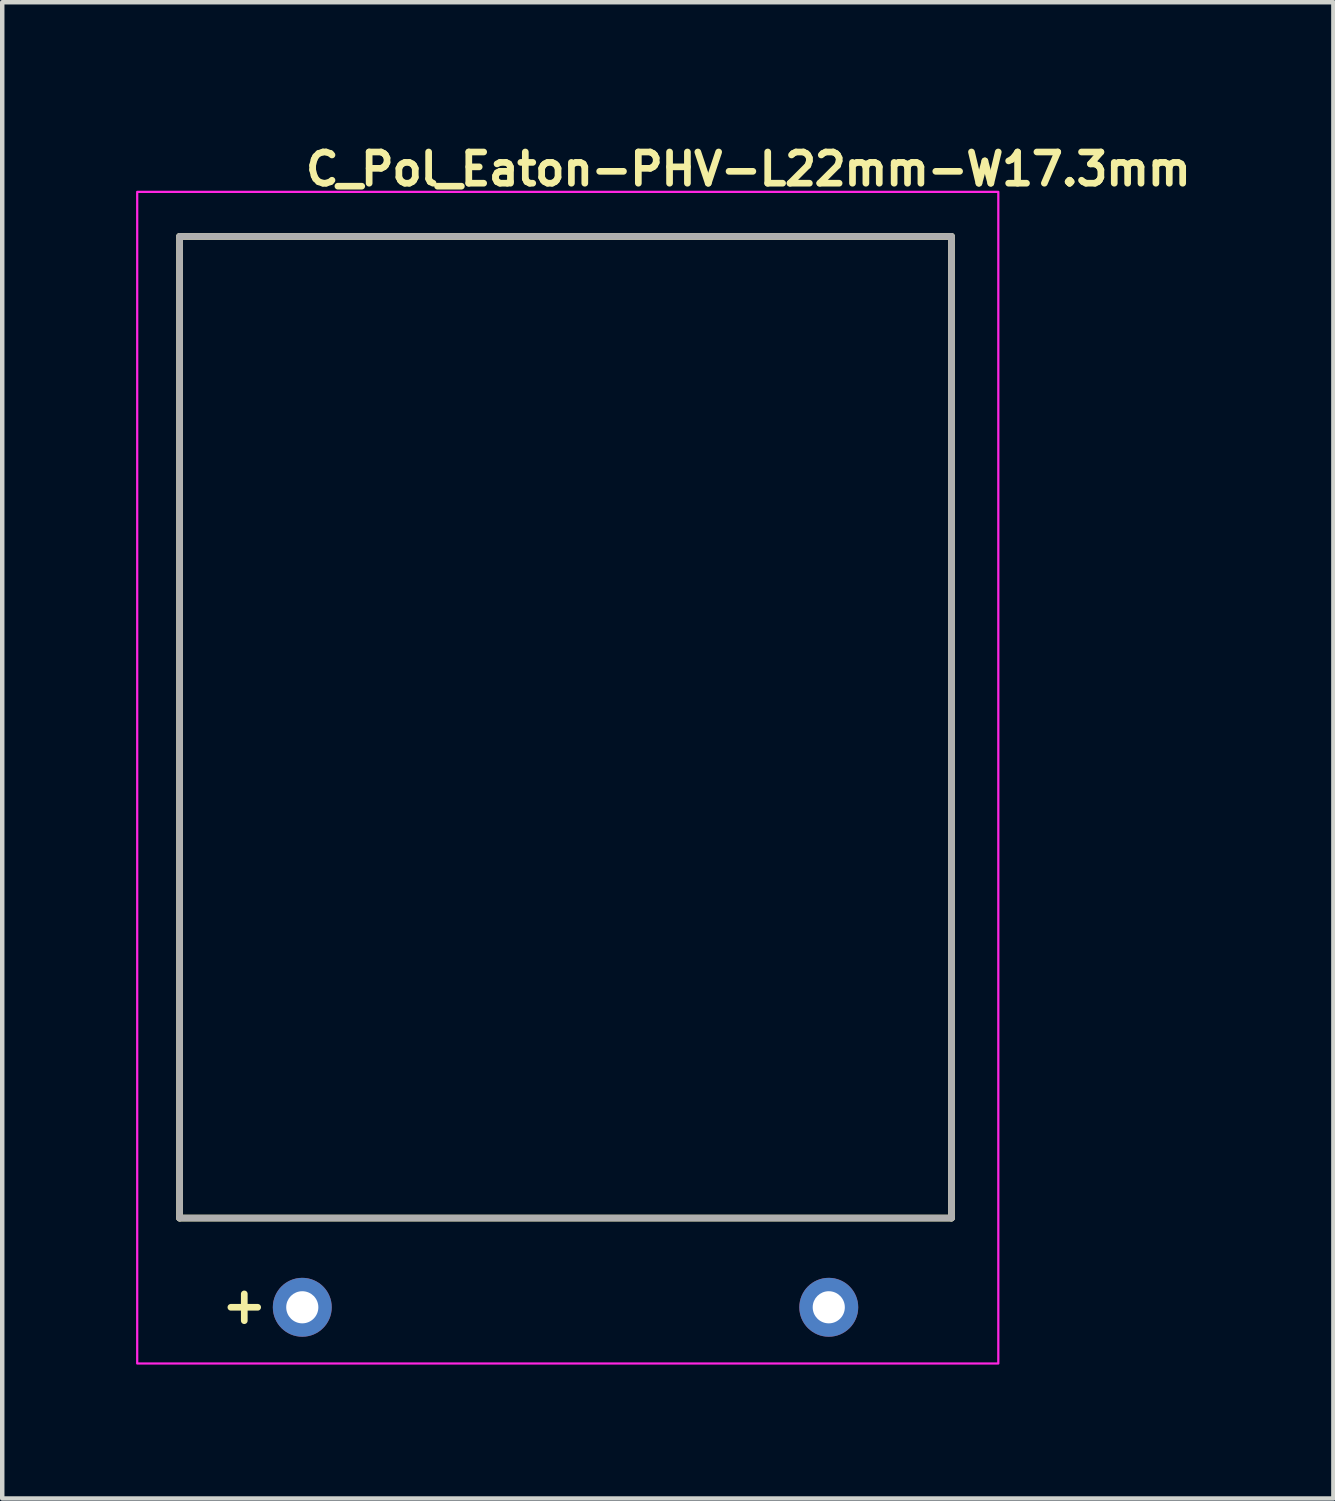
<source format=kicad_pcb>
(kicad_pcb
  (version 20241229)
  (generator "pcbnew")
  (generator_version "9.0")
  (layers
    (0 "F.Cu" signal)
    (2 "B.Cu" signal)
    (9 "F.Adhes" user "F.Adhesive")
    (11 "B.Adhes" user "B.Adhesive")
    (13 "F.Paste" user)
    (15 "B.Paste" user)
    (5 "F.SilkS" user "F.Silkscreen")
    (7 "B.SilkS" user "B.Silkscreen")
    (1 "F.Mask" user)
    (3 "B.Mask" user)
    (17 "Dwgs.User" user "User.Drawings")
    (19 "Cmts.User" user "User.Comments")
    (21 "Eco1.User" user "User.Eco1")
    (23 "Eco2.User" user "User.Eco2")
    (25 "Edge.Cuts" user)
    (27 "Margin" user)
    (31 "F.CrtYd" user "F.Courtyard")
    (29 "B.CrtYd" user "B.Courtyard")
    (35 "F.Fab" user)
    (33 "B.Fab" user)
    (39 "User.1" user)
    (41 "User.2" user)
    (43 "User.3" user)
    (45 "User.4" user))
  (footprint "C_Pol_Eaton-PHV-L22mm-W17.3mm"
    (layer "F.Cu")
    (at 3.725 26.25)
    (property "Reference" "C_Pol_Eaton-PHV-L22mm-W17.3mm" (at 0 -25.1 0) (layer "F.SilkS") (effects (font (size 0.7 0.7) (thickness 0.15)) (justify left bottom)))
    (attr through_hole)
    (fp_line (start -2.75 -24) (end -2.75 -2) (stroke (width 0.15) (type solid)) (layer "F.SilkS"))
    (fp_line (start -2.75 -2) (end 14.55 -2) (stroke (width 0.15) (type solid)) (layer "F.SilkS"))
    (fp_line (start -1.3 -0.3) (end -1.3 0.3) (stroke (width 0.15) (type solid)) (layer "F.SilkS"))
    (fp_line (start -1 0) (end -1.6 0) (stroke (width 0.15) (type solid)) (layer "F.SilkS"))
    (fp_line (start 14.55 -24) (end -2.75 -24) (stroke (width 0.15) (type solid)) (layer "F.SilkS"))
    (fp_line (start 14.55 -2) (end 14.55 -24) (stroke (width 0.15) (type solid)) (layer "F.SilkS"))
    (fp_rect (start -3.7 -25) (end 15.6 1.26) (stroke (width 0.05) (type solid)) (fill no) (layer "F.CrtYd"))
    (fp_line (start -2.75 -24) (end -2.75 -2) (stroke (width 0.15) (type solid)) (layer "F.Fab"))
    (fp_line (start -2.75 -2) (end 14.55 -2) (stroke (width 0.15) (type solid)) (layer "F.Fab"))
    (fp_line (start 14.55 -24) (end -2.75 -24) (stroke (width 0.15) (type solid)) (layer "F.Fab"))
    (fp_line (start 14.55 -2) (end 14.55 -24) (stroke (width 0.15) (type solid)) (layer "F.Fab"))
    (fp_rect (start -2.7 -24) (end 14.6 0.26) (stroke (width 0.1) (type solid)) (fill no) (layer "User.5"))
    (fp_line (start -2.7 -24) (end 14.6 -24) (stroke (width 0.02) (type solid)) (layer "User.9"))
    (fp_line (start -2.7 -2) (end -2.7 -24) (stroke (width 0.02) (type solid)) (layer "User.9"))
    (fp_line (start -2.7 -2) (end 14.6 -2) (stroke (width 0.02) (type solid)) (layer "User.9"))
    (fp_line (start -0.26 0) (end -0.26 0) (stroke (width 0.02) (type solid)) (layer "User.9"))
    (fp_line (start -0.26 0) (end -0.26 0) (stroke (width 0.02) (type solid)) (layer "User.9"))
    (fp_line (start -0.26 0) (end -0.259 0.013) (stroke (width 0.02) (type solid)) (layer "User.9"))
    (fp_line (start -0.26 0) (end -0.259 0.013) (stroke (width 0.02) (type solid)) (layer "User.9"))
    (fp_line (start -0.259 -0.013) (end -0.26 0) (stroke (width 0.02) (type solid)) (layer "User.9"))
    (fp_line (start -0.259 -0.013) (end -0.26 0) (stroke (width 0.02) (type solid)) (layer "User.9"))
    (fp_line (start -0.259 0.013) (end -0.258 0.026) (stroke (width 0.02) (type solid)) (layer "User.9"))
    (fp_line (start -0.259 0.013) (end -0.258 0.026) (stroke (width 0.02) (type solid)) (layer "User.9"))
    (fp_line (start -0.258 -0.026) (end -0.259 -0.013) (stroke (width 0.02) (type solid)) (layer "User.9"))
    (fp_line (start -0.258 -0.026) (end -0.259 -0.013) (stroke (width 0.02) (type solid)) (layer "User.9"))
    (fp_line (start -0.258 0.026) (end -0.257 0.039) (stroke (width 0.02) (type solid)) (layer "User.9"))
    (fp_line (start -0.258 0.026) (end -0.257 0.039) (stroke (width 0.02) (type solid)) (layer "User.9"))
    (fp_line (start -0.257 -0.039) (end -0.258 -0.026) (stroke (width 0.02) (type solid)) (layer "User.9"))
    (fp_line (start -0.257 -0.039) (end -0.258 -0.026) (stroke (width 0.02) (type solid)) (layer "User.9"))
    (fp_line (start -0.257 0.039) (end -0.254 0.052) (stroke (width 0.02) (type solid)) (layer "User.9"))
    (fp_line (start -0.257 0.039) (end -0.254 0.052) (stroke (width 0.02) (type solid)) (layer "User.9"))
    (fp_line (start -0.254 -0.052) (end -0.257 -0.039) (stroke (width 0.02) (type solid)) (layer "User.9"))
    (fp_line (start -0.254 -0.052) (end -0.257 -0.039) (stroke (width 0.02) (type solid)) (layer "User.9"))
    (fp_line (start -0.254 0.052) (end -0.251 0.064) (stroke (width 0.02) (type solid)) (layer "User.9"))
    (fp_line (start -0.254 0.052) (end -0.251 0.064) (stroke (width 0.02) (type solid)) (layer "User.9"))
    (fp_line (start -0.251 -0.064) (end -0.254 -0.052) (stroke (width 0.02) (type solid)) (layer "User.9"))
    (fp_line (start -0.251 -0.064) (end -0.254 -0.052) (stroke (width 0.02) (type solid)) (layer "User.9"))
    (fp_line (start -0.251 0.064) (end -0.248 0.077) (stroke (width 0.02) (type solid)) (layer "User.9"))
    (fp_line (start -0.251 0.064) (end -0.248 0.077) (stroke (width 0.02) (type solid)) (layer "User.9"))
    (fp_line (start -0.248 -0.077) (end -0.251 -0.064) (stroke (width 0.02) (type solid)) (layer "User.9"))
    (fp_line (start -0.248 -0.077) (end -0.251 -0.064) (stroke (width 0.02) (type solid)) (layer "User.9"))
    (fp_line (start -0.248 0.077) (end -0.244 0.089) (stroke (width 0.02) (type solid)) (layer "User.9"))
    (fp_line (start -0.248 0.077) (end -0.244 0.089) (stroke (width 0.02) (type solid)) (layer "User.9"))
    (fp_line (start -0.244 -0.089) (end -0.248 -0.077) (stroke (width 0.02) (type solid)) (layer "User.9"))
    (fp_line (start -0.244 -0.089) (end -0.248 -0.077) (stroke (width 0.02) (type solid)) (layer "User.9"))
    (fp_line (start -0.244 0.089) (end -0.238 0.101) (stroke (width 0.02) (type solid)) (layer "User.9"))
    (fp_line (start -0.244 0.089) (end -0.238 0.101) (stroke (width 0.02) (type solid)) (layer "User.9"))
    (fp_line (start -0.238 -0.101) (end -0.244 -0.089) (stroke (width 0.02) (type solid)) (layer "User.9"))
    (fp_line (start -0.238 -0.101) (end -0.244 -0.089) (stroke (width 0.02) (type solid)) (layer "User.9"))
    (fp_line (start -0.238 0.101) (end -0.234 0.112) (stroke (width 0.02) (type solid)) (layer "User.9"))
    (fp_line (start -0.238 0.101) (end -0.234 0.112) (stroke (width 0.02) (type solid)) (layer "User.9"))
    (fp_line (start -0.234 -0.112) (end -0.238 -0.101) (stroke (width 0.02) (type solid)) (layer "User.9"))
    (fp_line (start -0.234 -0.112) (end -0.238 -0.101) (stroke (width 0.02) (type solid)) (layer "User.9"))
    (fp_line (start -0.234 0.112) (end -0.228 0.123) (stroke (width 0.02) (type solid)) (layer "User.9"))
    (fp_line (start -0.234 0.112) (end -0.228 0.123) (stroke (width 0.02) (type solid)) (layer "User.9"))
    (fp_line (start -0.228 -0.123) (end -0.234 -0.112) (stroke (width 0.02) (type solid)) (layer "User.9"))
    (fp_line (start -0.228 -0.123) (end -0.234 -0.112) (stroke (width 0.02) (type solid)) (layer "User.9"))
    (fp_line (start -0.228 0.123) (end -0.222 0.134) (stroke (width 0.02) (type solid)) (layer "User.9"))
    (fp_line (start -0.228 0.123) (end -0.222 0.134) (stroke (width 0.02) (type solid)) (layer "User.9"))
    (fp_line (start -0.222 -0.134) (end -0.228 -0.123) (stroke (width 0.02) (type solid)) (layer "User.9"))
    (fp_line (start -0.222 -0.134) (end -0.228 -0.123) (stroke (width 0.02) (type solid)) (layer "User.9"))
    (fp_line (start -0.222 0.134) (end -0.215 0.145) (stroke (width 0.02) (type solid)) (layer "User.9"))
    (fp_line (start -0.222 0.134) (end -0.215 0.145) (stroke (width 0.02) (type solid)) (layer "User.9"))
    (fp_line (start -0.215 -0.145) (end -0.222 -0.134) (stroke (width 0.02) (type solid)) (layer "User.9"))
    (fp_line (start -0.215 -0.145) (end -0.222 -0.134) (stroke (width 0.02) (type solid)) (layer "User.9"))
    (fp_line (start -0.215 0.145) (end -0.208 0.155) (stroke (width 0.02) (type solid)) (layer "User.9"))
    (fp_line (start -0.215 0.145) (end -0.208 0.155) (stroke (width 0.02) (type solid)) (layer "User.9"))
    (fp_line (start -0.208 -0.155) (end -0.215 -0.145) (stroke (width 0.02) (type solid)) (layer "User.9"))
    (fp_line (start -0.208 -0.155) (end -0.215 -0.145) (stroke (width 0.02) (type solid)) (layer "User.9"))
    (fp_line (start -0.208 0.155) (end -0.2 0.165) (stroke (width 0.02) (type solid)) (layer "User.9"))
    (fp_line (start -0.208 0.155) (end -0.2 0.165) (stroke (width 0.02) (type solid)) (layer "User.9"))
    (fp_line (start -0.2 -0.165) (end -0.208 -0.155) (stroke (width 0.02) (type solid)) (layer "User.9"))
    (fp_line (start -0.2 -0.165) (end -0.208 -0.155) (stroke (width 0.02) (type solid)) (layer "User.9"))
    (fp_line (start -0.2 0.165) (end -0.192 0.173) (stroke (width 0.02) (type solid)) (layer "User.9"))
    (fp_line (start -0.2 0.165) (end -0.192 0.173) (stroke (width 0.02) (type solid)) (layer "User.9"))
    (fp_line (start -0.192 -0.173) (end -0.2 -0.165) (stroke (width 0.02) (type solid)) (layer "User.9"))
    (fp_line (start -0.192 -0.173) (end -0.2 -0.165) (stroke (width 0.02) (type solid)) (layer "User.9"))
    (fp_line (start -0.192 0.173) (end -0.183 0.183) (stroke (width 0.02) (type solid)) (layer "User.9"))
    (fp_line (start -0.192 0.173) (end -0.183 0.183) (stroke (width 0.02) (type solid)) (layer "User.9"))
    (fp_line (start -0.183 -0.183) (end -0.192 -0.173) (stroke (width 0.02) (type solid)) (layer "User.9"))
    (fp_line (start -0.183 -0.183) (end -0.192 -0.173) (stroke (width 0.02) (type solid)) (layer "User.9"))
    (fp_line (start -0.183 0.183) (end -0.173 0.192) (stroke (width 0.02) (type solid)) (layer "User.9"))
    (fp_line (start -0.183 0.183) (end -0.173 0.192) (stroke (width 0.02) (type solid)) (layer "User.9"))
    (fp_line (start -0.173 -0.192) (end -0.183 -0.183) (stroke (width 0.02) (type solid)) (layer "User.9"))
    (fp_line (start -0.173 -0.192) (end -0.183 -0.183) (stroke (width 0.02) (type solid)) (layer "User.9"))
    (fp_line (start -0.173 0.192) (end -0.165 0.2) (stroke (width 0.02) (type solid)) (layer "User.9"))
    (fp_line (start -0.173 0.192) (end -0.165 0.2) (stroke (width 0.02) (type solid)) (layer "User.9"))
    (fp_line (start -0.165 -0.2) (end -0.173 -0.192) (stroke (width 0.02) (type solid)) (layer "User.9"))
    (fp_line (start -0.165 -0.2) (end -0.173 -0.192) (stroke (width 0.02) (type solid)) (layer "User.9"))
    (fp_line (start -0.165 0.2) (end -0.155 0.208) (stroke (width 0.02) (type solid)) (layer "User.9"))
    (fp_line (start -0.165 0.2) (end -0.155 0.208) (stroke (width 0.02) (type solid)) (layer "User.9"))
    (fp_line (start -0.155 -0.208) (end -0.165 -0.2) (stroke (width 0.02) (type solid)) (layer "User.9"))
    (fp_line (start -0.155 -0.208) (end -0.165 -0.2) (stroke (width 0.02) (type solid)) (layer "User.9"))
    (fp_line (start -0.155 0.208) (end -0.145 0.215) (stroke (width 0.02) (type solid)) (layer "User.9"))
    (fp_line (start -0.155 0.208) (end -0.145 0.215) (stroke (width 0.02) (type solid)) (layer "User.9"))
    (fp_line (start -0.145 -0.215) (end -0.155 -0.208) (stroke (width 0.02) (type solid)) (layer "User.9"))
    (fp_line (start -0.145 -0.215) (end -0.155 -0.208) (stroke (width 0.02) (type solid)) (layer "User.9"))
    (fp_line (start -0.145 0.215) (end -0.134 0.222) (stroke (width 0.02) (type solid)) (layer "User.9"))
    (fp_line (start -0.145 0.215) (end -0.134 0.222) (stroke (width 0.02) (type solid)) (layer "User.9"))
    (fp_line (start -0.134 -0.222) (end -0.145 -0.215) (stroke (width 0.02) (type solid)) (layer "User.9"))
    (fp_line (start -0.134 -0.222) (end -0.145 -0.215) (stroke (width 0.02) (type solid)) (layer "User.9"))
    (fp_line (start -0.134 0.222) (end -0.123 0.228) (stroke (width 0.02) (type solid)) (layer "User.9"))
    (fp_line (start -0.134 0.222) (end -0.123 0.228) (stroke (width 0.02) (type solid)) (layer "User.9"))
    (fp_line (start -0.123 -0.228) (end -0.134 -0.222) (stroke (width 0.02) (type solid)) (layer "User.9"))
    (fp_line (start -0.123 -0.228) (end -0.134 -0.222) (stroke (width 0.02) (type solid)) (layer "User.9"))
    (fp_line (start -0.123 0.228) (end -0.112 0.234) (stroke (width 0.02) (type solid)) (layer "User.9"))
    (fp_line (start -0.123 0.228) (end -0.112 0.234) (stroke (width 0.02) (type solid)) (layer "User.9"))
    (fp_line (start -0.112 -0.234) (end -0.123 -0.228) (stroke (width 0.02) (type solid)) (layer "User.9"))
    (fp_line (start -0.112 -0.234) (end -0.123 -0.228) (stroke (width 0.02) (type solid)) (layer "User.9"))
    (fp_line (start -0.112 0.234) (end -0.101 0.238) (stroke (width 0.02) (type solid)) (layer "User.9"))
    (fp_line (start -0.112 0.234) (end -0.101 0.238) (stroke (width 0.02) (type solid)) (layer "User.9"))
    (fp_line (start -0.101 -0.238) (end -0.112 -0.234) (stroke (width 0.02) (type solid)) (layer "User.9"))
    (fp_line (start -0.101 -0.238) (end -0.112 -0.234) (stroke (width 0.02) (type solid)) (layer "User.9"))
    (fp_line (start -0.101 0.238) (end -0.089 0.244) (stroke (width 0.02) (type solid)) (layer "User.9"))
    (fp_line (start -0.101 0.238) (end -0.089 0.244) (stroke (width 0.02) (type solid)) (layer "User.9"))
    (fp_line (start -0.089 -0.244) (end -0.101 -0.238) (stroke (width 0.02) (type solid)) (layer "User.9"))
    (fp_line (start -0.089 -0.244) (end -0.101 -0.238) (stroke (width 0.02) (type solid)) (layer "User.9"))
    (fp_line (start -0.089 0.244) (end -0.077 0.248) (stroke (width 0.02) (type solid)) (layer "User.9"))
    (fp_line (start -0.089 0.244) (end -0.077 0.248) (stroke (width 0.02) (type solid)) (layer "User.9"))
    (fp_line (start -0.077 -0.248) (end -0.089 -0.244) (stroke (width 0.02) (type solid)) (layer "User.9"))
    (fp_line (start -0.077 -0.248) (end -0.089 -0.244) (stroke (width 0.02) (type solid)) (layer "User.9"))
    (fp_line (start -0.077 0.248) (end -0.064 0.251) (stroke (width 0.02) (type solid)) (layer "User.9"))
    (fp_line (start -0.077 0.248) (end -0.064 0.251) (stroke (width 0.02) (type solid)) (layer "User.9"))
    (fp_line (start -0.064 -0.251) (end -0.077 -0.248) (stroke (width 0.02) (type solid)) (layer "User.9"))
    (fp_line (start -0.064 -0.251) (end -0.077 -0.248) (stroke (width 0.02) (type solid)) (layer "User.9"))
    (fp_line (start -0.064 0.251) (end -0.052 0.254) (stroke (width 0.02) (type solid)) (layer "User.9"))
    (fp_line (start -0.064 0.251) (end -0.052 0.254) (stroke (width 0.02) (type solid)) (layer "User.9"))
    (fp_line (start -0.052 -0.254) (end -0.064 -0.251) (stroke (width 0.02) (type solid)) (layer "User.9"))
    (fp_line (start -0.052 -0.254) (end -0.064 -0.251) (stroke (width 0.02) (type solid)) (layer "User.9"))
    (fp_line (start -0.052 0.254) (end -0.039 0.257) (stroke (width 0.02) (type solid)) (layer "User.9"))
    (fp_line (start -0.052 0.254) (end -0.039 0.257) (stroke (width 0.02) (type solid)) (layer "User.9"))
    (fp_line (start -0.039 -0.257) (end -0.052 -0.254) (stroke (width 0.02) (type solid)) (layer "User.9"))
    (fp_line (start -0.039 -0.257) (end -0.052 -0.254) (stroke (width 0.02) (type solid)) (layer "User.9"))
    (fp_line (start -0.039 0.257) (end -0.026 0.258) (stroke (width 0.02) (type solid)) (layer "User.9"))
    (fp_line (start -0.039 0.257) (end -0.026 0.258) (stroke (width 0.02) (type solid)) (layer "User.9"))
    (fp_line (start -0.026 -0.258) (end -0.039 -0.257) (stroke (width 0.02) (type solid)) (layer "User.9"))
    (fp_line (start -0.026 -0.258) (end -0.039 -0.257) (stroke (width 0.02) (type solid)) (layer "User.9"))
    (fp_line (start -0.026 0.258) (end -0.013 0.259) (stroke (width 0.02) (type solid)) (layer "User.9"))
    (fp_line (start -0.026 0.258) (end -0.013 0.259) (stroke (width 0.02) (type solid)) (layer "User.9"))
    (fp_line (start -0.013 -0.259) (end -0.026 -0.258) (stroke (width 0.02) (type solid)) (layer "User.9"))
    (fp_line (start -0.013 -0.259) (end -0.026 -0.258) (stroke (width 0.02) (type solid)) (layer "User.9"))
    (fp_line (start -0.013 0.259) (end 0 0.26) (stroke (width 0.02) (type solid)) (layer "User.9"))
    (fp_line (start -0.013 0.259) (end 0 0.26) (stroke (width 0.02) (type solid)) (layer "User.9"))
    (fp_line (start 0 -0.26) (end -0.013 -0.259) (stroke (width 0.02) (type solid)) (layer "User.9"))
    (fp_line (start 0 -0.26) (end -0.013 -0.259) (stroke (width 0.02) (type solid)) (layer "User.9"))
    (fp_line (start 0 -0.26) (end 0 -0.26) (stroke (width 0.02) (type solid)) (layer "User.9"))
    (fp_line (start 0 -0.26) (end 0 -0.26) (stroke (width 0.02) (type solid)) (layer "User.9"))
    (fp_line (start 0 0.26) (end 0 0.26) (stroke (width 0.02) (type solid)) (layer "User.9"))
    (fp_line (start 0 0.26) (end 0 0.26) (stroke (width 0.02) (type solid)) (layer "User.9"))
    (fp_line (start 0 0.26) (end 0.013 0.259) (stroke (width 0.02) (type solid)) (layer "User.9"))
    (fp_line (start 0 0.26) (end 0.013 0.259) (stroke (width 0.02) (type solid)) (layer "User.9"))
    (fp_line (start 0.013 -0.259) (end 0 -0.26) (stroke (width 0.02) (type solid)) (layer "User.9"))
    (fp_line (start 0.013 -0.259) (end 0 -0.26) (stroke (width 0.02) (type solid)) (layer "User.9"))
    (fp_line (start 0.013 0.259) (end 0.026 0.258) (stroke (width 0.02) (type solid)) (layer "User.9"))
    (fp_line (start 0.013 0.259) (end 0.026 0.258) (stroke (width 0.02) (type solid)) (layer "User.9"))
    (fp_line (start 0.026 -0.258) (end 0.013 -0.259) (stroke (width 0.02) (type solid)) (layer "User.9"))
    (fp_line (start 0.026 -0.258) (end 0.013 -0.259) (stroke (width 0.02) (type solid)) (layer "User.9"))
    (fp_line (start 0.026 0.258) (end 0.039 0.257) (stroke (width 0.02) (type solid)) (layer "User.9"))
    (fp_line (start 0.026 0.258) (end 0.039 0.257) (stroke (width 0.02) (type solid)) (layer "User.9"))
    (fp_line (start 0.039 -0.257) (end 0.026 -0.258) (stroke (width 0.02) (type solid)) (layer "User.9"))
    (fp_line (start 0.039 -0.257) (end 0.026 -0.258) (stroke (width 0.02) (type solid)) (layer "User.9"))
    (fp_line (start 0.039 0.257) (end 0.052 0.254) (stroke (width 0.02) (type solid)) (layer "User.9"))
    (fp_line (start 0.039 0.257) (end 0.052 0.254) (stroke (width 0.02) (type solid)) (layer "User.9"))
    (fp_line (start 0.052 -0.254) (end 0.039 -0.257) (stroke (width 0.02) (type solid)) (layer "User.9"))
    (fp_line (start 0.052 -0.254) (end 0.039 -0.257) (stroke (width 0.02) (type solid)) (layer "User.9"))
    (fp_line (start 0.052 0.254) (end 0.064 0.251) (stroke (width 0.02) (type solid)) (layer "User.9"))
    (fp_line (start 0.052 0.254) (end 0.064 0.251) (stroke (width 0.02) (type solid)) (layer "User.9"))
    (fp_line (start 0.064 -0.251) (end 0.052 -0.254) (stroke (width 0.02) (type solid)) (layer "User.9"))
    (fp_line (start 0.064 -0.251) (end 0.052 -0.254) (stroke (width 0.02) (type solid)) (layer "User.9"))
    (fp_line (start 0.064 0.251) (end 0.077 0.248) (stroke (width 0.02) (type solid)) (layer "User.9"))
    (fp_line (start 0.064 0.251) (end 0.077 0.248) (stroke (width 0.02) (type solid)) (layer "User.9"))
    (fp_line (start 0.077 -0.248) (end 0.064 -0.251) (stroke (width 0.02) (type solid)) (layer "User.9"))
    (fp_line (start 0.077 -0.248) (end 0.064 -0.251) (stroke (width 0.02) (type solid)) (layer "User.9"))
    (fp_line (start 0.077 0.248) (end 0.089 0.244) (stroke (width 0.02) (type solid)) (layer "User.9"))
    (fp_line (start 0.077 0.248) (end 0.089 0.244) (stroke (width 0.02) (type solid)) (layer "User.9"))
    (fp_line (start 0.089 -0.244) (end 0.077 -0.248) (stroke (width 0.02) (type solid)) (layer "User.9"))
    (fp_line (start 0.089 -0.244) (end 0.077 -0.248) (stroke (width 0.02) (type solid)) (layer "User.9"))
    (fp_line (start 0.089 0.244) (end 0.101 0.238) (stroke (width 0.02) (type solid)) (layer "User.9"))
    (fp_line (start 0.089 0.244) (end 0.101 0.238) (stroke (width 0.02) (type solid)) (layer "User.9"))
    (fp_line (start 0.101 -0.238) (end 0.089 -0.244) (stroke (width 0.02) (type solid)) (layer "User.9"))
    (fp_line (start 0.101 -0.238) (end 0.089 -0.244) (stroke (width 0.02) (type solid)) (layer "User.9"))
    (fp_line (start 0.101 0.238) (end 0.112 0.234) (stroke (width 0.02) (type solid)) (layer "User.9"))
    (fp_line (start 0.101 0.238) (end 0.112 0.234) (stroke (width 0.02) (type solid)) (layer "User.9"))
    (fp_line (start 0.112 -0.234) (end 0.101 -0.238) (stroke (width 0.02) (type solid)) (layer "User.9"))
    (fp_line (start 0.112 -0.234) (end 0.101 -0.238) (stroke (width 0.02) (type solid)) (layer "User.9"))
    (fp_line (start 0.112 0.234) (end 0.123 0.228) (stroke (width 0.02) (type solid)) (layer "User.9"))
    (fp_line (start 0.112 0.234) (end 0.123 0.228) (stroke (width 0.02) (type solid)) (layer "User.9"))
    (fp_line (start 0.123 -0.228) (end 0.112 -0.234) (stroke (width 0.02) (type solid)) (layer "User.9"))
    (fp_line (start 0.123 -0.228) (end 0.112 -0.234) (stroke (width 0.02) (type solid)) (layer "User.9"))
    (fp_line (start 0.123 0.228) (end 0.134 0.222) (stroke (width 0.02) (type solid)) (layer "User.9"))
    (fp_line (start 0.123 0.228) (end 0.134 0.222) (stroke (width 0.02) (type solid)) (layer "User.9"))
    (fp_line (start 0.134 -0.222) (end 0.123 -0.228) (stroke (width 0.02) (type solid)) (layer "User.9"))
    (fp_line (start 0.134 -0.222) (end 0.123 -0.228) (stroke (width 0.02) (type solid)) (layer "User.9"))
    (fp_line (start 0.134 0.222) (end 0.145 0.215) (stroke (width 0.02) (type solid)) (layer "User.9"))
    (fp_line (start 0.134 0.222) (end 0.145 0.215) (stroke (width 0.02) (type solid)) (layer "User.9"))
    (fp_line (start 0.145 -0.215) (end 0.134 -0.222) (stroke (width 0.02) (type solid)) (layer "User.9"))
    (fp_line (start 0.145 -0.215) (end 0.134 -0.222) (stroke (width 0.02) (type solid)) (layer "User.9"))
    (fp_line (start 0.145 0.215) (end 0.155 0.208) (stroke (width 0.02) (type solid)) (layer "User.9"))
    (fp_line (start 0.145 0.215) (end 0.155 0.208) (stroke (width 0.02) (type solid)) (layer "User.9"))
    (fp_line (start 0.155 -0.208) (end 0.145 -0.215) (stroke (width 0.02) (type solid)) (layer "User.9"))
    (fp_line (start 0.155 -0.208) (end 0.145 -0.215) (stroke (width 0.02) (type solid)) (layer "User.9"))
    (fp_line (start 0.155 0.208) (end 0.165 0.2) (stroke (width 0.02) (type solid)) (layer "User.9"))
    (fp_line (start 0.155 0.208) (end 0.165 0.2) (stroke (width 0.02) (type solid)) (layer "User.9"))
    (fp_line (start 0.165 -0.2) (end 0.155 -0.208) (stroke (width 0.02) (type solid)) (layer "User.9"))
    (fp_line (start 0.165 -0.2) (end 0.155 -0.208) (stroke (width 0.02) (type solid)) (layer "User.9"))
    (fp_line (start 0.165 0.2) (end 0.173 0.192) (stroke (width 0.02) (type solid)) (layer "User.9"))
    (fp_line (start 0.165 0.2) (end 0.173 0.192) (stroke (width 0.02) (type solid)) (layer "User.9"))
    (fp_line (start 0.173 -0.192) (end 0.165 -0.2) (stroke (width 0.02) (type solid)) (layer "User.9"))
    (fp_line (start 0.173 -0.192) (end 0.165 -0.2) (stroke (width 0.02) (type solid)) (layer "User.9"))
    (fp_line (start 0.173 0.192) (end 0.183 0.183) (stroke (width 0.02) (type solid)) (layer "User.9"))
    (fp_line (start 0.173 0.192) (end 0.183 0.183) (stroke (width 0.02) (type solid)) (layer "User.9"))
    (fp_line (start 0.183 -0.183) (end 0.173 -0.192) (stroke (width 0.02) (type solid)) (layer "User.9"))
    (fp_line (start 0.183 -0.183) (end 0.173 -0.192) (stroke (width 0.02) (type solid)) (layer "User.9"))
    (fp_line (start 0.183 0.183) (end 0.192 0.173) (stroke (width 0.02) (type solid)) (layer "User.9"))
    (fp_line (start 0.183 0.183) (end 0.192 0.173) (stroke (width 0.02) (type solid)) (layer "User.9"))
    (fp_line (start 0.192 -0.173) (end 0.183 -0.183) (stroke (width 0.02) (type solid)) (layer "User.9"))
    (fp_line (start 0.192 -0.173) (end 0.183 -0.183) (stroke (width 0.02) (type solid)) (layer "User.9"))
    (fp_line (start 0.192 0.173) (end 0.2 0.165) (stroke (width 0.02) (type solid)) (layer "User.9"))
    (fp_line (start 0.192 0.173) (end 0.2 0.165) (stroke (width 0.02) (type solid)) (layer "User.9"))
    (fp_line (start 0.2 -0.165) (end 0.192 -0.173) (stroke (width 0.02) (type solid)) (layer "User.9"))
    (fp_line (start 0.2 -0.165) (end 0.192 -0.173) (stroke (width 0.02) (type solid)) (layer "User.9"))
    (fp_line (start 0.2 0.165) (end 0.208 0.155) (stroke (width 0.02) (type solid)) (layer "User.9"))
    (fp_line (start 0.2 0.165) (end 0.208 0.155) (stroke (width 0.02) (type solid)) (layer "User.9"))
    (fp_line (start 0.208 -0.155) (end 0.2 -0.165) (stroke (width 0.02) (type solid)) (layer "User.9"))
    (fp_line (start 0.208 -0.155) (end 0.2 -0.165) (stroke (width 0.02) (type solid)) (layer "User.9"))
    (fp_line (start 0.208 0.155) (end 0.215 0.145) (stroke (width 0.02) (type solid)) (layer "User.9"))
    (fp_line (start 0.208 0.155) (end 0.215 0.145) (stroke (width 0.02) (type solid)) (layer "User.9"))
    (fp_line (start 0.215 -0.145) (end 0.208 -0.155) (stroke (width 0.02) (type solid)) (layer "User.9"))
    (fp_line (start 0.215 -0.145) (end 0.208 -0.155) (stroke (width 0.02) (type solid)) (layer "User.9"))
    (fp_line (start 0.215 0.145) (end 0.222 0.134) (stroke (width 0.02) (type solid)) (layer "User.9"))
    (fp_line (start 0.215 0.145) (end 0.222 0.134) (stroke (width 0.02) (type solid)) (layer "User.9"))
    (fp_line (start 0.222 -0.134) (end 0.215 -0.145) (stroke (width 0.02) (type solid)) (layer "User.9"))
    (fp_line (start 0.222 -0.134) (end 0.215 -0.145) (stroke (width 0.02) (type solid)) (layer "User.9"))
    (fp_line (start 0.222 0.134) (end 0.228 0.123) (stroke (width 0.02) (type solid)) (layer "User.9"))
    (fp_line (start 0.222 0.134) (end 0.228 0.123) (stroke (width 0.02) (type solid)) (layer "User.9"))
    (fp_line (start 0.228 -0.123) (end 0.222 -0.134) (stroke (width 0.02) (type solid)) (layer "User.9"))
    (fp_line (start 0.228 -0.123) (end 0.222 -0.134) (stroke (width 0.02) (type solid)) (layer "User.9"))
    (fp_line (start 0.228 0.123) (end 0.234 0.112) (stroke (width 0.02) (type solid)) (layer "User.9"))
    (fp_line (start 0.228 0.123) (end 0.234 0.112) (stroke (width 0.02) (type solid)) (layer "User.9"))
    (fp_line (start 0.234 -0.112) (end 0.228 -0.123) (stroke (width 0.02) (type solid)) (layer "User.9"))
    (fp_line (start 0.234 -0.112) (end 0.228 -0.123) (stroke (width 0.02) (type solid)) (layer "User.9"))
    (fp_line (start 0.234 0.112) (end 0.238 0.101) (stroke (width 0.02) (type solid)) (layer "User.9"))
    (fp_line (start 0.234 0.112) (end 0.238 0.101) (stroke (width 0.02) (type solid)) (layer "User.9"))
    (fp_line (start 0.238 -0.101) (end 0.234 -0.112) (stroke (width 0.02) (type solid)) (layer "User.9"))
    (fp_line (start 0.238 -0.101) (end 0.234 -0.112) (stroke (width 0.02) (type solid)) (layer "User.9"))
    (fp_line (start 0.238 0.101) (end 0.244 0.089) (stroke (width 0.02) (type solid)) (layer "User.9"))
    (fp_line (start 0.238 0.101) (end 0.244 0.089) (stroke (width 0.02) (type solid)) (layer "User.9"))
    (fp_line (start 0.244 -0.089) (end 0.238 -0.101) (stroke (width 0.02) (type solid)) (layer "User.9"))
    (fp_line (start 0.244 -0.089) (end 0.238 -0.101) (stroke (width 0.02) (type solid)) (layer "User.9"))
    (fp_line (start 0.244 0.089) (end 0.248 0.077) (stroke (width 0.02) (type solid)) (layer "User.9"))
    (fp_line (start 0.244 0.089) (end 0.248 0.077) (stroke (width 0.02) (type solid)) (layer "User.9"))
    (fp_line (start 0.248 -0.077) (end 0.244 -0.089) (stroke (width 0.02) (type solid)) (layer "User.9"))
    (fp_line (start 0.248 -0.077) (end 0.244 -0.089) (stroke (width 0.02) (type solid)) (layer "User.9"))
    (fp_line (start 0.248 0.077) (end 0.251 0.064) (stroke (width 0.02) (type solid)) (layer "User.9"))
    (fp_line (start 0.248 0.077) (end 0.251 0.064) (stroke (width 0.02) (type solid)) (layer "User.9"))
    (fp_line (start 0.251 -0.064) (end 0.248 -0.077) (stroke (width 0.02) (type solid)) (layer "User.9"))
    (fp_line (start 0.251 -0.064) (end 0.248 -0.077) (stroke (width 0.02) (type solid)) (layer "User.9"))
    (fp_line (start 0.251 0.064) (end 0.254 0.052) (stroke (width 0.02) (type solid)) (layer "User.9"))
    (fp_line (start 0.251 0.064) (end 0.254 0.052) (stroke (width 0.02) (type solid)) (layer "User.9"))
    (fp_line (start 0.254 -0.052) (end 0.251 -0.064) (stroke (width 0.02) (type solid)) (layer "User.9"))
    (fp_line (start 0.254 -0.052) (end 0.251 -0.064) (stroke (width 0.02) (type solid)) (layer "User.9"))
    (fp_line (start 0.254 0.052) (end 0.257 0.039) (stroke (width 0.02) (type solid)) (layer "User.9"))
    (fp_line (start 0.254 0.052) (end 0.257 0.039) (stroke (width 0.02) (type solid)) (layer "User.9"))
    (fp_line (start 0.257 -0.039) (end 0.254 -0.052) (stroke (width 0.02) (type solid)) (layer "User.9"))
    (fp_line (start 0.257 -0.039) (end 0.254 -0.052) (stroke (width 0.02) (type solid)) (layer "User.9"))
    (fp_line (start 0.257 0.039) (end 0.258 0.026) (stroke (width 0.02) (type solid)) (layer "User.9"))
    (fp_line (start 0.257 0.039) (end 0.258 0.026) (stroke (width 0.02) (type solid)) (layer "User.9"))
    (fp_line (start 0.258 -0.026) (end 0.257 -0.039) (stroke (width 0.02) (type solid)) (layer "User.9"))
    (fp_line (start 0.258 -0.026) (end 0.257 -0.039) (stroke (width 0.02) (type solid)) (layer "User.9"))
    (fp_line (start 0.258 0.026) (end 0.259 0.013) (stroke (width 0.02) (type solid)) (layer "User.9"))
    (fp_line (start 0.258 0.026) (end 0.259 0.013) (stroke (width 0.02) (type solid)) (layer "User.9"))
    (fp_line (start 0.259 -0.013) (end 0.258 -0.026) (stroke (width 0.02) (type solid)) (layer "User.9"))
    (fp_line (start 0.259 -0.013) (end 0.258 -0.026) (stroke (width 0.02) (type solid)) (layer "User.9"))
    (fp_line (start 0.259 0.013) (end 0.26 0) (stroke (width 0.02) (type solid)) (layer "User.9"))
    (fp_line (start 0.259 0.013) (end 0.26 0) (stroke (width 0.02) (type solid)) (layer "User.9"))
    (fp_line (start 0.26 0) (end 0.259 -0.013) (stroke (width 0.02) (type solid)) (layer "User.9"))
    (fp_line (start 0.26 0) (end 0.259 -0.013) (stroke (width 0.02) (type solid)) (layer "User.9"))
    (fp_line (start 0.26 0) (end 0.26 0) (stroke (width 0.02) (type solid)) (layer "User.9"))
    (fp_line (start 0.26 0) (end 0.26 0) (stroke (width 0.02) (type solid)) (layer "User.9"))
    (fp_line (start 0.26 0) (end 0.26 0) (stroke (width 0.02) (type solid)) (layer "User.9"))
    (fp_line (start 0.26 0) (end 0.26 0) (stroke (width 0.02) (type solid)) (layer "User.9"))
    (fp_line (start 11.539 -0.013) (end 11.539 0) (stroke (width 0.02) (type solid)) (layer "User.9"))
    (fp_line (start 11.539 -0.013) (end 11.539 0) (stroke (width 0.02) (type solid)) (layer "User.9"))
    (fp_line (start 11.539 0) (end 11.539 0) (stroke (width 0.02) (type solid)) (layer "User.9"))
    (fp_line (start 11.539 0) (end 11.539 0) (stroke (width 0.02) (type solid)) (layer "User.9"))
    (fp_line (start 11.539 0) (end 11.539 0.013) (stroke (width 0.02) (type solid)) (layer "User.9"))
    (fp_line (start 11.539 0) (end 11.539 0.013) (stroke (width 0.02) (type solid)) (layer "User.9"))
    (fp_line (start 11.539 0.013) (end 11.541 0.026) (stroke (width 0.02) (type solid)) (layer "User.9"))
    (fp_line (start 11.539 0.013) (end 11.541 0.026) (stroke (width 0.02) (type solid)) (layer "User.9"))
    (fp_line (start 11.541 -0.026) (end 11.539 -0.013) (stroke (width 0.02) (type solid)) (layer "User.9"))
    (fp_line (start 11.541 -0.026) (end 11.539 -0.013) (stroke (width 0.02) (type solid)) (layer "User.9"))
    (fp_line (start 11.541 0.026) (end 11.542 0.039) (stroke (width 0.02) (type solid)) (layer "User.9"))
    (fp_line (start 11.541 0.026) (end 11.542 0.039) (stroke (width 0.02) (type solid)) (layer "User.9"))
    (fp_line (start 11.542 -0.039) (end 11.541 -0.026) (stroke (width 0.02) (type solid)) (layer "User.9"))
    (fp_line (start 11.542 -0.039) (end 11.541 -0.026) (stroke (width 0.02) (type solid)) (layer "User.9"))
    (fp_line (start 11.542 0.039) (end 11.545 0.052) (stroke (width 0.02) (type solid)) (layer "User.9"))
    (fp_line (start 11.542 0.039) (end 11.545 0.052) (stroke (width 0.02) (type solid)) (layer "User.9"))
    (fp_line (start 11.545 -0.052) (end 11.542 -0.039) (stroke (width 0.02) (type solid)) (layer "User.9"))
    (fp_line (start 11.545 -0.052) (end 11.542 -0.039) (stroke (width 0.02) (type solid)) (layer "User.9"))
    (fp_line (start 11.545 0.052) (end 11.548 0.064) (stroke (width 0.02) (type solid)) (layer "User.9"))
    (fp_line (start 11.545 0.052) (end 11.548 0.064) (stroke (width 0.02) (type solid)) (layer "User.9"))
    (fp_line (start 11.548 -0.064) (end 11.545 -0.052) (stroke (width 0.02) (type solid)) (layer "User.9"))
    (fp_line (start 11.548 -0.064) (end 11.545 -0.052) (stroke (width 0.02) (type solid)) (layer "User.9"))
    (fp_line (start 11.548 0.064) (end 11.551 0.077) (stroke (width 0.02) (type solid)) (layer "User.9"))
    (fp_line (start 11.548 0.064) (end 11.551 0.077) (stroke (width 0.02) (type solid)) (layer "User.9"))
    (fp_line (start 11.551 -0.077) (end 11.548 -0.064) (stroke (width 0.02) (type solid)) (layer "User.9"))
    (fp_line (start 11.551 -0.077) (end 11.548 -0.064) (stroke (width 0.02) (type solid)) (layer "User.9"))
    (fp_line (start 11.551 0.077) (end 11.555 0.089) (stroke (width 0.02) (type solid)) (layer "User.9"))
    (fp_line (start 11.551 0.077) (end 11.555 0.089) (stroke (width 0.02) (type solid)) (layer "User.9"))
    (fp_line (start 11.555 -0.089) (end 11.551 -0.077) (stroke (width 0.02) (type solid)) (layer "User.9"))
    (fp_line (start 11.555 -0.089) (end 11.551 -0.077) (stroke (width 0.02) (type solid)) (layer "User.9"))
    (fp_line (start 11.555 0.089) (end 11.56 0.101) (stroke (width 0.02) (type solid)) (layer "User.9"))
    (fp_line (start 11.555 0.089) (end 11.56 0.101) (stroke (width 0.02) (type solid)) (layer "User.9"))
    (fp_line (start 11.56 -0.101) (end 11.555 -0.089) (stroke (width 0.02) (type solid)) (layer "User.9"))
    (fp_line (start 11.56 -0.101) (end 11.555 -0.089) (stroke (width 0.02) (type solid)) (layer "User.9"))
    (fp_line (start 11.56 0.101) (end 11.565 0.112) (stroke (width 0.02) (type solid)) (layer "User.9"))
    (fp_line (start 11.56 0.101) (end 11.565 0.112) (stroke (width 0.02) (type solid)) (layer "User.9"))
    (fp_line (start 11.565 -0.112) (end 11.56 -0.101) (stroke (width 0.02) (type solid)) (layer "User.9"))
    (fp_line (start 11.565 -0.112) (end 11.56 -0.101) (stroke (width 0.02) (type solid)) (layer "User.9"))
    (fp_line (start 11.565 0.112) (end 11.571 0.123) (stroke (width 0.02) (type solid)) (layer "User.9"))
    (fp_line (start 11.565 0.112) (end 11.571 0.123) (stroke (width 0.02) (type solid)) (layer "User.9"))
    (fp_line (start 11.571 -0.123) (end 11.565 -0.112) (stroke (width 0.02) (type solid)) (layer "User.9"))
    (fp_line (start 11.571 -0.123) (end 11.565 -0.112) (stroke (width 0.02) (type solid)) (layer "User.9"))
    (fp_line (start 11.571 0.123) (end 11.577 0.134) (stroke (width 0.02) (type solid)) (layer "User.9"))
    (fp_line (start 11.571 0.123) (end 11.577 0.134) (stroke (width 0.02) (type solid)) (layer "User.9"))
    (fp_line (start 11.577 -0.134) (end 11.571 -0.123) (stroke (width 0.02) (type solid)) (layer "User.9"))
    (fp_line (start 11.577 -0.134) (end 11.571 -0.123) (stroke (width 0.02) (type solid)) (layer "User.9"))
    (fp_line (start 11.577 0.134) (end 11.584 0.145) (stroke (width 0.02) (type solid)) (layer "User.9"))
    (fp_line (start 11.577 0.134) (end 11.584 0.145) (stroke (width 0.02) (type solid)) (layer "User.9"))
    (fp_line (start 11.584 -0.145) (end 11.577 -0.134) (stroke (width 0.02) (type solid)) (layer "User.9"))
    (fp_line (start 11.584 -0.145) (end 11.577 -0.134) (stroke (width 0.02) (type solid)) (layer "User.9"))
    (fp_line (start 11.584 0.145) (end 11.59 0.155) (stroke (width 0.02) (type solid)) (layer "User.9"))
    (fp_line (start 11.584 0.145) (end 11.59 0.155) (stroke (width 0.02) (type solid)) (layer "User.9"))
    (fp_line (start 11.59 -0.155) (end 11.584 -0.145) (stroke (width 0.02) (type solid)) (layer "User.9"))
    (fp_line (start 11.59 -0.155) (end 11.584 -0.145) (stroke (width 0.02) (type solid)) (layer "User.9"))
    (fp_line (start 11.59 0.155) (end 11.599 0.165) (stroke (width 0.02) (type solid)) (layer "User.9"))
    (fp_line (start 11.59 0.155) (end 11.599 0.165) (stroke (width 0.02) (type solid)) (layer "User.9"))
    (fp_line (start 11.599 -0.165) (end 11.59 -0.155) (stroke (width 0.02) (type solid)) (layer "User.9"))
    (fp_line (start 11.599 -0.165) (end 11.59 -0.155) (stroke (width 0.02) (type solid)) (layer "User.9"))
    (fp_line (start 11.599 0.165) (end 11.606 0.173) (stroke (width 0.02) (type solid)) (layer "User.9"))
    (fp_line (start 11.599 0.165) (end 11.606 0.173) (stroke (width 0.02) (type solid)) (layer "User.9"))
    (fp_line (start 11.606 -0.173) (end 11.599 -0.165) (stroke (width 0.02) (type solid)) (layer "User.9"))
    (fp_line (start 11.606 -0.173) (end 11.599 -0.165) (stroke (width 0.02) (type solid)) (layer "User.9"))
    (fp_line (start 11.606 0.173) (end 11.616 0.183) (stroke (width 0.02) (type solid)) (layer "User.9"))
    (fp_line (start 11.606 0.173) (end 11.616 0.183) (stroke (width 0.02) (type solid)) (layer "User.9"))
    (fp_line (start 11.616 -0.183) (end 11.606 -0.173) (stroke (width 0.02) (type solid)) (layer "User.9"))
    (fp_line (start 11.616 -0.183) (end 11.606 -0.173) (stroke (width 0.02) (type solid)) (layer "User.9"))
    (fp_line (start 11.616 0.183) (end 11.625 0.192) (stroke (width 0.02) (type solid)) (layer "User.9"))
    (fp_line (start 11.616 0.183) (end 11.625 0.192) (stroke (width 0.02) (type solid)) (layer "User.9"))
    (fp_line (start 11.625 -0.192) (end 11.616 -0.183) (stroke (width 0.02) (type solid)) (layer "User.9"))
    (fp_line (start 11.625 -0.192) (end 11.616 -0.183) (stroke (width 0.02) (type solid)) (layer "User.9"))
    (fp_line (start 11.625 0.192) (end 11.634 0.2) (stroke (width 0.02) (type solid)) (layer "User.9"))
    (fp_line (start 11.625 0.192) (end 11.634 0.2) (stroke (width 0.02) (type solid)) (layer "User.9"))
    (fp_line (start 11.634 -0.2) (end 11.625 -0.192) (stroke (width 0.02) (type solid)) (layer "User.9"))
    (fp_line (start 11.634 -0.2) (end 11.625 -0.192) (stroke (width 0.02) (type solid)) (layer "User.9"))
    (fp_line (start 11.634 0.2) (end 11.644 0.208) (stroke (width 0.02) (type solid)) (layer "User.9"))
    (fp_line (start 11.634 0.2) (end 11.644 0.208) (stroke (width 0.02) (type solid)) (layer "User.9"))
    (fp_line (start 11.644 -0.208) (end 11.634 -0.2) (stroke (width 0.02) (type solid)) (layer "User.9"))
    (fp_line (start 11.644 -0.208) (end 11.634 -0.2) (stroke (width 0.02) (type solid)) (layer "User.9"))
    (fp_line (start 11.644 0.208) (end 11.654 0.215) (stroke (width 0.02) (type solid)) (layer "User.9"))
    (fp_line (start 11.644 0.208) (end 11.654 0.215) (stroke (width 0.02) (type solid)) (layer "User.9"))
    (fp_line (start 11.654 -0.215) (end 11.644 -0.208) (stroke (width 0.02) (type solid)) (layer "User.9"))
    (fp_line (start 11.654 -0.215) (end 11.644 -0.208) (stroke (width 0.02) (type solid)) (layer "User.9"))
    (fp_line (start 11.654 0.215) (end 11.664 0.222) (stroke (width 0.02) (type solid)) (layer "User.9"))
    (fp_line (start 11.654 0.215) (end 11.664 0.222) (stroke (width 0.02) (type solid)) (layer "User.9"))
    (fp_line (start 11.664 -0.222) (end 11.654 -0.215) (stroke (width 0.02) (type solid)) (layer "User.9"))
    (fp_line (start 11.664 -0.222) (end 11.654 -0.215) (stroke (width 0.02) (type solid)) (layer "User.9"))
    (fp_line (start 11.664 0.222) (end 11.676 0.228) (stroke (width 0.02) (type solid)) (layer "User.9"))
    (fp_line (start 11.664 0.222) (end 11.676 0.228) (stroke (width 0.02) (type solid)) (layer "User.9"))
    (fp_line (start 11.676 -0.228) (end 11.664 -0.222) (stroke (width 0.02) (type solid)) (layer "User.9"))
    (fp_line (start 11.676 -0.228) (end 11.664 -0.222) (stroke (width 0.02) (type solid)) (layer "User.9"))
    (fp_line (start 11.676 0.228) (end 11.687 0.234) (stroke (width 0.02) (type solid)) (layer "User.9"))
    (fp_line (start 11.676 0.228) (end 11.687 0.234) (stroke (width 0.02) (type solid)) (layer "User.9"))
    (fp_line (start 11.687 -0.234) (end 11.676 -0.228) (stroke (width 0.02) (type solid)) (layer "User.9"))
    (fp_line (start 11.687 -0.234) (end 11.676 -0.228) (stroke (width 0.02) (type solid)) (layer "User.9"))
    (fp_line (start 11.687 0.234) (end 11.698 0.238) (stroke (width 0.02) (type solid)) (layer "User.9"))
    (fp_line (start 11.687 0.234) (end 11.698 0.238) (stroke (width 0.02) (type solid)) (layer "User.9"))
    (fp_line (start 11.698 -0.238) (end 11.687 -0.234) (stroke (width 0.02) (type solid)) (layer "User.9"))
    (fp_line (start 11.698 -0.238) (end 11.687 -0.234) (stroke (width 0.02) (type solid)) (layer "User.9"))
    (fp_line (start 11.698 0.238) (end 11.71 0.244) (stroke (width 0.02) (type solid)) (layer "User.9"))
    (fp_line (start 11.698 0.238) (end 11.71 0.244) (stroke (width 0.02) (type solid)) (layer "User.9"))
    (fp_line (start 11.71 -0.244) (end 11.698 -0.238) (stroke (width 0.02) (type solid)) (layer "User.9"))
    (fp_line (start 11.71 -0.244) (end 11.698 -0.238) (stroke (width 0.02) (type solid)) (layer "User.9"))
    (fp_line (start 11.71 0.244) (end 11.722 0.248) (stroke (width 0.02) (type solid)) (layer "User.9"))
    (fp_line (start 11.71 0.244) (end 11.722 0.248) (stroke (width 0.02) (type solid)) (layer "User.9"))
    (fp_line (start 11.722 -0.248) (end 11.71 -0.244) (stroke (width 0.02) (type solid)) (layer "User.9"))
    (fp_line (start 11.722 -0.248) (end 11.71 -0.244) (stroke (width 0.02) (type solid)) (layer "User.9"))
    (fp_line (start 11.722 0.248) (end 11.735 0.251) (stroke (width 0.02) (type solid)) (layer "User.9"))
    (fp_line (start 11.722 0.248) (end 11.735 0.251) (stroke (width 0.02) (type solid)) (layer "User.9"))
    (fp_line (start 11.735 -0.251) (end 11.722 -0.248) (stroke (width 0.02) (type solid)) (layer "User.9"))
    (fp_line (start 11.735 -0.251) (end 11.722 -0.248) (stroke (width 0.02) (type solid)) (layer "User.9"))
    (fp_line (start 11.735 0.251) (end 11.747 0.254) (stroke (width 0.02) (type solid)) (layer "User.9"))
    (fp_line (start 11.735 0.251) (end 11.747 0.254) (stroke (width 0.02) (type solid)) (layer "User.9"))
    (fp_line (start 11.747 -0.254) (end 11.735 -0.251) (stroke (width 0.02) (type solid)) (layer "User.9"))
    (fp_line (start 11.747 -0.254) (end 11.735 -0.251) (stroke (width 0.02) (type solid)) (layer "User.9"))
    (fp_line (start 11.747 0.254) (end 11.76 0.257) (stroke (width 0.02) (type solid)) (layer "User.9"))
    (fp_line (start 11.747 0.254) (end 11.76 0.257) (stroke (width 0.02) (type solid)) (layer "User.9"))
    (fp_line (start 11.76 -0.257) (end 11.747 -0.254) (stroke (width 0.02) (type solid)) (layer "User.9"))
    (fp_line (start 11.76 -0.257) (end 11.747 -0.254) (stroke (width 0.02) (type solid)) (layer "User.9"))
    (fp_line (start 11.76 0.257) (end 11.773 0.258) (stroke (width 0.02) (type solid)) (layer "User.9"))
    (fp_line (start 11.76 0.257) (end 11.773 0.258) (stroke (width 0.02) (type solid)) (layer "User.9"))
    (fp_line (start 11.773 -0.258) (end 11.76 -0.257) (stroke (width 0.02) (type solid)) (layer "User.9"))
    (fp_line (start 11.773 -0.258) (end 11.76 -0.257) (stroke (width 0.02) (type solid)) (layer "User.9"))
    (fp_line (start 11.773 0.258) (end 11.786 0.259) (stroke (width 0.02) (type solid)) (layer "User.9"))
    (fp_line (start 11.773 0.258) (end 11.786 0.259) (stroke (width 0.02) (type solid)) (layer "User.9"))
    (fp_line (start 11.786 -0.259) (end 11.773 -0.258) (stroke (width 0.02) (type solid)) (layer "User.9"))
    (fp_line (start 11.786 -0.259) (end 11.773 -0.258) (stroke (width 0.02) (type solid)) (layer "User.9"))
    (fp_line (start 11.786 0.259) (end 11.8 0.26) (stroke (width 0.02) (type solid)) (layer "User.9"))
    (fp_line (start 11.786 0.259) (end 11.8 0.26) (stroke (width 0.02) (type solid)) (layer "User.9"))
    (fp_line (start 11.8 -0.26) (end 11.786 -0.259) (stroke (width 0.02) (type solid)) (layer "User.9"))
    (fp_line (start 11.8 -0.26) (end 11.786 -0.259) (stroke (width 0.02) (type solid)) (layer "User.9"))
    (fp_line (start 11.8 -0.26) (end 11.8 -0.26) (stroke (width 0.02) (type solid)) (layer "User.9"))
    (fp_line (start 11.8 -0.26) (end 11.8 -0.26) (stroke (width 0.02) (type solid)) (layer "User.9"))
    (fp_line (start 11.8 0.26) (end 11.8 0.26) (stroke (width 0.02) (type solid)) (layer "User.9"))
    (fp_line (start 11.8 0.26) (end 11.8 0.26) (stroke (width 0.02) (type solid)) (layer "User.9"))
    (fp_line (start 11.8 0.26) (end 11.813 0.259) (stroke (width 0.02) (type solid)) (layer "User.9"))
    (fp_line (start 11.8 0.26) (end 11.813 0.259) (stroke (width 0.02) (type solid)) (layer "User.9"))
    (fp_line (start 11.813 -0.259) (end 11.8 -0.26) (stroke (width 0.02) (type solid)) (layer "User.9"))
    (fp_line (start 11.813 -0.259) (end 11.8 -0.26) (stroke (width 0.02) (type solid)) (layer "User.9"))
    (fp_line (start 11.813 0.259) (end 11.826 0.258) (stroke (width 0.02) (type solid)) (layer "User.9"))
    (fp_line (start 11.813 0.259) (end 11.826 0.258) (stroke (width 0.02) (type solid)) (layer "User.9"))
    (fp_line (start 11.826 -0.258) (end 11.813 -0.259) (stroke (width 0.02) (type solid)) (layer "User.9"))
    (fp_line (start 11.826 -0.258) (end 11.813 -0.259) (stroke (width 0.02) (type solid)) (layer "User.9"))
    (fp_line (start 11.826 0.258) (end 11.839 0.257) (stroke (width 0.02) (type solid)) (layer "User.9"))
    (fp_line (start 11.826 0.258) (end 11.839 0.257) (stroke (width 0.02) (type solid)) (layer "User.9"))
    (fp_line (start 11.839 -0.257) (end 11.826 -0.258) (stroke (width 0.02) (type solid)) (layer "User.9"))
    (fp_line (start 11.839 -0.257) (end 11.826 -0.258) (stroke (width 0.02) (type solid)) (layer "User.9"))
    (fp_line (start 11.839 0.257) (end 11.852 0.254) (stroke (width 0.02) (type solid)) (layer "User.9"))
    (fp_line (start 11.839 0.257) (end 11.852 0.254) (stroke (width 0.02) (type solid)) (layer "User.9"))
    (fp_line (start 11.852 -0.254) (end 11.839 -0.257) (stroke (width 0.02) (type solid)) (layer "User.9"))
    (fp_line (start 11.852 -0.254) (end 11.839 -0.257) (stroke (width 0.02) (type solid)) (layer "User.9"))
    (fp_line (start 11.852 0.254) (end 11.864 0.251) (stroke (width 0.02) (type solid)) (layer "User.9"))
    (fp_line (start 11.852 0.254) (end 11.864 0.251) (stroke (width 0.02) (type solid)) (layer "User.9"))
    (fp_line (start 11.864 -0.251) (end 11.852 -0.254) (stroke (width 0.02) (type solid)) (layer "User.9"))
    (fp_line (start 11.864 -0.251) (end 11.852 -0.254) (stroke (width 0.02) (type solid)) (layer "User.9"))
    (fp_line (start 11.864 0.251) (end 11.877 0.248) (stroke (width 0.02) (type solid)) (layer "User.9"))
    (fp_line (start 11.864 0.251) (end 11.877 0.248) (stroke (width 0.02) (type solid)) (layer "User.9"))
    (fp_line (start 11.877 -0.248) (end 11.864 -0.251) (stroke (width 0.02) (type solid)) (layer "User.9"))
    (fp_line (start 11.877 -0.248) (end 11.864 -0.251) (stroke (width 0.02) (type solid)) (layer "User.9"))
    (fp_line (start 11.877 0.248) (end 11.889 0.244) (stroke (width 0.02) (type solid)) (layer "User.9"))
    (fp_line (start 11.877 0.248) (end 11.889 0.244) (stroke (width 0.02) (type solid)) (layer "User.9"))
    (fp_line (start 11.889 -0.244) (end 11.877 -0.248) (stroke (width 0.02) (type solid)) (layer "User.9"))
    (fp_line (start 11.889 -0.244) (end 11.877 -0.248) (stroke (width 0.02) (type solid)) (layer "User.9"))
    (fp_line (start 11.889 0.244) (end 11.901 0.238) (stroke (width 0.02) (type solid)) (layer "User.9"))
    (fp_line (start 11.889 0.244) (end 11.901 0.238) (stroke (width 0.02) (type solid)) (layer "User.9"))
    (fp_line (start 11.901 -0.238) (end 11.889 -0.244) (stroke (width 0.02) (type solid)) (layer "User.9"))
    (fp_line (start 11.901 -0.238) (end 11.889 -0.244) (stroke (width 0.02) (type solid)) (layer "User.9"))
    (fp_line (start 11.901 0.238) (end 11.912 0.234) (stroke (width 0.02) (type solid)) (layer "User.9"))
    (fp_line (start 11.901 0.238) (end 11.912 0.234) (stroke (width 0.02) (type solid)) (layer "User.9"))
    (fp_line (start 11.912 -0.234) (end 11.901 -0.238) (stroke (width 0.02) (type solid)) (layer "User.9"))
    (fp_line (start 11.912 -0.234) (end 11.901 -0.238) (stroke (width 0.02) (type solid)) (layer "User.9"))
    (fp_line (start 11.912 0.234) (end 11.923 0.228) (stroke (width 0.02) (type solid)) (layer "User.9"))
    (fp_line (start 11.912 0.234) (end 11.923 0.228) (stroke (width 0.02) (type solid)) (layer "User.9"))
    (fp_line (start 11.923 -0.228) (end 11.912 -0.234) (stroke (width 0.02) (type solid)) (layer "User.9"))
    (fp_line (start 11.923 -0.228) (end 11.912 -0.234) (stroke (width 0.02) (type solid)) (layer "User.9"))
    (fp_line (start 11.923 0.228) (end 11.933 0.222) (stroke (width 0.02) (type solid)) (layer "User.9"))
    (fp_line (start 11.923 0.228) (end 11.933 0.222) (stroke (width 0.02) (type solid)) (layer "User.9"))
    (fp_line (start 11.933 -0.222) (end 11.923 -0.228) (stroke (width 0.02) (type solid)) (layer "User.9"))
    (fp_line (start 11.933 -0.222) (end 11.923 -0.228) (stroke (width 0.02) (type solid)) (layer "User.9"))
    (fp_line (start 11.933 0.222) (end 11.945 0.215) (stroke (width 0.02) (type solid)) (layer "User.9"))
    (fp_line (start 11.933 0.222) (end 11.945 0.215) (stroke (width 0.02) (type solid)) (layer "User.9"))
    (fp_line (start 11.945 -0.215) (end 11.933 -0.222) (stroke (width 0.02) (type solid)) (layer "User.9"))
    (fp_line (start 11.945 -0.215) (end 11.933 -0.222) (stroke (width 0.02) (type solid)) (layer "User.9"))
    (fp_line (start 11.945 0.215) (end 11.955 0.208) (stroke (width 0.02) (type solid)) (layer "User.9"))
    (fp_line (start 11.945 0.215) (end 11.955 0.208) (stroke (width 0.02) (type solid)) (layer "User.9"))
    (fp_line (start 11.955 -0.208) (end 11.945 -0.215) (stroke (width 0.02) (type solid)) (layer "User.9"))
    (fp_line (start 11.955 -0.208) (end 11.945 -0.215) (stroke (width 0.02) (type solid)) (layer "User.9"))
    (fp_line (start 11.955 0.208) (end 11.965 0.2) (stroke (width 0.02) (type solid)) (layer "User.9"))
    (fp_line (start 11.955 0.208) (end 11.965 0.2) (stroke (width 0.02) (type solid)) (layer "User.9"))
    (fp_line (start 11.965 -0.2) (end 11.955 -0.208) (stroke (width 0.02) (type solid)) (layer "User.9"))
    (fp_line (start 11.965 -0.2) (end 11.955 -0.208) (stroke (width 0.02) (type solid)) (layer "User.9"))
    (fp_line (start 11.965 0.2) (end 11.974 0.192) (stroke (width 0.02) (type solid)) (layer "User.9"))
    (fp_line (start 11.965 0.2) (end 11.974 0.192) (stroke (width 0.02) (type solid)) (layer "User.9"))
    (fp_line (start 11.974 -0.192) (end 11.965 -0.2) (stroke (width 0.02) (type solid)) (layer "User.9"))
    (fp_line (start 11.974 -0.192) (end 11.965 -0.2) (stroke (width 0.02) (type solid)) (layer "User.9"))
    (fp_line (start 11.974 0.192) (end 11.983 0.183) (stroke (width 0.02) (type solid)) (layer "User.9"))
    (fp_line (start 11.974 0.192) (end 11.983 0.183) (stroke (width 0.02) (type solid)) (layer "User.9"))
    (fp_line (start 11.983 -0.183) (end 11.974 -0.192) (stroke (width 0.02) (type solid)) (layer "User.9"))
    (fp_line (start 11.983 -0.183) (end 11.974 -0.192) (stroke (width 0.02) (type solid)) (layer "User.9"))
    (fp_line (start 11.983 0.183) (end 11.992 0.173) (stroke (width 0.02) (type solid)) (layer "User.9"))
    (fp_line (start 11.983 0.183) (end 11.992 0.173) (stroke (width 0.02) (type solid)) (layer "User.9"))
    (fp_line (start 11.992 -0.173) (end 11.983 -0.183) (stroke (width 0.02) (type solid)) (layer "User.9"))
    (fp_line (start 11.992 -0.173) (end 11.983 -0.183) (stroke (width 0.02) (type solid)) (layer "User.9"))
    (fp_line (start 11.992 0.173) (end 12 0.165) (stroke (width 0.02) (type solid)) (layer "User.9"))
    (fp_line (start 11.992 0.173) (end 12 0.165) (stroke (width 0.02) (type solid)) (layer "User.9"))
    (fp_line (start 12 -0.165) (end 11.992 -0.173) (stroke (width 0.02) (type solid)) (layer "User.9"))
    (fp_line (start 12 -0.165) (end 11.992 -0.173) (stroke (width 0.02) (type solid)) (layer "User.9"))
    (fp_line (start 12 0.165) (end 12.007 0.155) (stroke (width 0.02) (type solid)) (layer "User.9"))
    (fp_line (start 12 0.165) (end 12.007 0.155) (stroke (width 0.02) (type solid)) (layer "User.9"))
    (fp_line (start 12.007 -0.155) (end 12 -0.165) (stroke (width 0.02) (type solid)) (layer "User.9"))
    (fp_line (start 12.007 -0.155) (end 12 -0.165) (stroke (width 0.02) (type solid)) (layer "User.9"))
    (fp_line (start 12.007 0.155) (end 12.015 0.145) (stroke (width 0.02) (type solid)) (layer "User.9"))
    (fp_line (start 12.007 0.155) (end 12.015 0.145) (stroke (width 0.02) (type solid)) (layer "User.9"))
    (fp_line (start 12.015 -0.145) (end 12.007 -0.155) (stroke (width 0.02) (type solid)) (layer "User.9"))
    (fp_line (start 12.015 -0.145) (end 12.007 -0.155) (stroke (width 0.02) (type solid)) (layer "User.9"))
    (fp_line (start 12.015 0.145) (end 12.022 0.134) (stroke (width 0.02) (type solid)) (layer "User.9"))
    (fp_line (start 12.015 0.145) (end 12.022 0.134) (stroke (width 0.02) (type solid)) (layer "User.9"))
    (fp_line (start 12.022 -0.134) (end 12.015 -0.145) (stroke (width 0.02) (type solid)) (layer "User.9"))
    (fp_line (start 12.022 -0.134) (end 12.015 -0.145) (stroke (width 0.02) (type solid)) (layer "User.9"))
    (fp_line (start 12.022 0.134) (end 12.028 0.123) (stroke (width 0.02) (type solid)) (layer "User.9"))
    (fp_line (start 12.022 0.134) (end 12.028 0.123) (stroke (width 0.02) (type solid)) (layer "User.9"))
    (fp_line (start 12.028 -0.123) (end 12.022 -0.134) (stroke (width 0.02) (type solid)) (layer "User.9"))
    (fp_line (start 12.028 -0.123) (end 12.022 -0.134) (stroke (width 0.02) (type solid)) (layer "User.9"))
    (fp_line (start 12.028 0.123) (end 12.034 0.112) (stroke (width 0.02) (type solid)) (layer "User.9"))
    (fp_line (start 12.028 0.123) (end 12.034 0.112) (stroke (width 0.02) (type solid)) (layer "User.9"))
    (fp_line (start 12.034 -0.112) (end 12.028 -0.123) (stroke (width 0.02) (type solid)) (layer "User.9"))
    (fp_line (start 12.034 -0.112) (end 12.028 -0.123) (stroke (width 0.02) (type solid)) (layer "User.9"))
    (fp_line (start 12.034 0.112) (end 12.039 0.101) (stroke (width 0.02) (type solid)) (layer "User.9"))
    (fp_line (start 12.034 0.112) (end 12.039 0.101) (stroke (width 0.02) (type solid)) (layer "User.9"))
    (fp_line (start 12.039 -0.101) (end 12.034 -0.112) (stroke (width 0.02) (type solid)) (layer "User.9"))
    (fp_line (start 12.039 -0.101) (end 12.034 -0.112) (stroke (width 0.02) (type solid)) (layer "User.9"))
    (fp_line (start 12.039 0.101) (end 12.044 0.089) (stroke (width 0.02) (type solid)) (layer "User.9"))
    (fp_line (start 12.039 0.101) (end 12.044 0.089) (stroke (width 0.02) (type solid)) (layer "User.9"))
    (fp_line (start 12.044 -0.089) (end 12.039 -0.101) (stroke (width 0.02) (type solid)) (layer "User.9"))
    (fp_line (start 12.044 -0.089) (end 12.039 -0.101) (stroke (width 0.02) (type solid)) (layer "User.9"))
    (fp_line (start 12.044 0.089) (end 12.048 0.077) (stroke (width 0.02) (type solid)) (layer "User.9"))
    (fp_line (start 12.044 0.089) (end 12.048 0.077) (stroke (width 0.02) (type solid)) (layer "User.9"))
    (fp_line (start 12.048 -0.077) (end 12.044 -0.089) (stroke (width 0.02) (type solid)) (layer "User.9"))
    (fp_line (start 12.048 -0.077) (end 12.044 -0.089) (stroke (width 0.02) (type solid)) (layer "User.9"))
    (fp_line (start 12.048 0.077) (end 12.051 0.064) (stroke (width 0.02) (type solid)) (layer "User.9"))
    (fp_line (start 12.048 0.077) (end 12.051 0.064) (stroke (width 0.02) (type solid)) (layer "User.9"))
    (fp_line (start 12.051 -0.064) (end 12.048 -0.077) (stroke (width 0.02) (type solid)) (layer "User.9"))
    (fp_line (start 12.051 -0.064) (end 12.048 -0.077) (stroke (width 0.02) (type solid)) (layer "User.9"))
    (fp_line (start 12.051 0.064) (end 12.054 0.052) (stroke (width 0.02) (type solid)) (layer "User.9"))
    (fp_line (start 12.051 0.064) (end 12.054 0.052) (stroke (width 0.02) (type solid)) (layer "User.9"))
    (fp_line (start 12.054 -0.052) (end 12.051 -0.064) (stroke (width 0.02) (type solid)) (layer "User.9"))
    (fp_line (start 12.054 -0.052) (end 12.051 -0.064) (stroke (width 0.02) (type solid)) (layer "User.9"))
    (fp_line (start 12.054 0.052) (end 12.057 0.039) (stroke (width 0.02) (type solid)) (layer "User.9"))
    (fp_line (start 12.054 0.052) (end 12.057 0.039) (stroke (width 0.02) (type solid)) (layer "User.9"))
    (fp_line (start 12.057 -0.039) (end 12.054 -0.052) (stroke (width 0.02) (type solid)) (layer "User.9"))
    (fp_line (start 12.057 -0.039) (end 12.054 -0.052) (stroke (width 0.02) (type solid)) (layer "User.9"))
    (fp_line (start 12.057 0.039) (end 12.058 0.026) (stroke (width 0.02) (type solid)) (layer "User.9"))
    (fp_line (start 12.057 0.039) (end 12.058 0.026) (stroke (width 0.02) (type solid)) (layer "User.9"))
    (fp_line (start 12.058 -0.026) (end 12.057 -0.039) (stroke (width 0.02) (type solid)) (layer "User.9"))
    (fp_line (start 12.058 -0.026) (end 12.057 -0.039) (stroke (width 0.02) (type solid)) (layer "User.9"))
    (fp_line (start 12.058 -0.013) (end 12.058 -0.026) (stroke (width 0.02) (type solid)) (layer "User.9"))
    (fp_line (start 12.058 -0.013) (end 12.058 -0.026) (stroke (width 0.02) (type solid)) (layer "User.9"))
    (fp_line (start 12.058 0.013) (end 12.06 0) (stroke (width 0.02) (type solid)) (layer "User.9"))
    (fp_line (start 12.058 0.013) (end 12.06 0) (stroke (width 0.02) (type solid)) (layer "User.9"))
    (fp_line (start 12.058 0.026) (end 12.058 0.013) (stroke (width 0.02) (type solid)) (layer "User.9"))
    (fp_line (start 12.058 0.026) (end 12.058 0.013) (stroke (width 0.02) (type solid)) (layer "User.9"))
    (fp_line (start 12.06 0) (end 12.058 -0.013) (stroke (width 0.02) (type solid)) (layer "User.9"))
    (fp_line (start 12.06 0) (end 12.058 -0.013) (stroke (width 0.02) (type solid)) (layer "User.9"))
    (fp_line (start 12.06 0) (end 12.06 0) (stroke (width 0.02) (type solid)) (layer "User.9"))
    (fp_line (start 12.06 0) (end 12.06 0) (stroke (width 0.02) (type solid)) (layer "User.9"))
    (fp_line (start 12.06 0) (end 12.06 0) (stroke (width 0.02) (type solid)) (layer "User.9"))
    (fp_line (start 12.06 0) (end 12.06 0) (stroke (width 0.02) (type solid)) (layer "User.9"))
    (fp_line (start 14.6 -2) (end 14.6 -24) (stroke (width 0.02) (type solid)) (layer "User.9"))
    (pad "1" thru_hole circle (at 0 0) (size 1.32 1.32) (drill 0.72) (layers "*.Cu" "*.Mask"))
    (pad "2" thru_hole circle (at 11.8 0) (size 1.32 1.32) (drill 0.72) (layers "*.Cu" "*.Mask")))
  (gr_rect
    (start -3 -3)
    (end 26.835 30.535)
    (stroke (width 0.1) (type default))
    (fill no)
    (layer "Edge.Cuts")))
</source>
